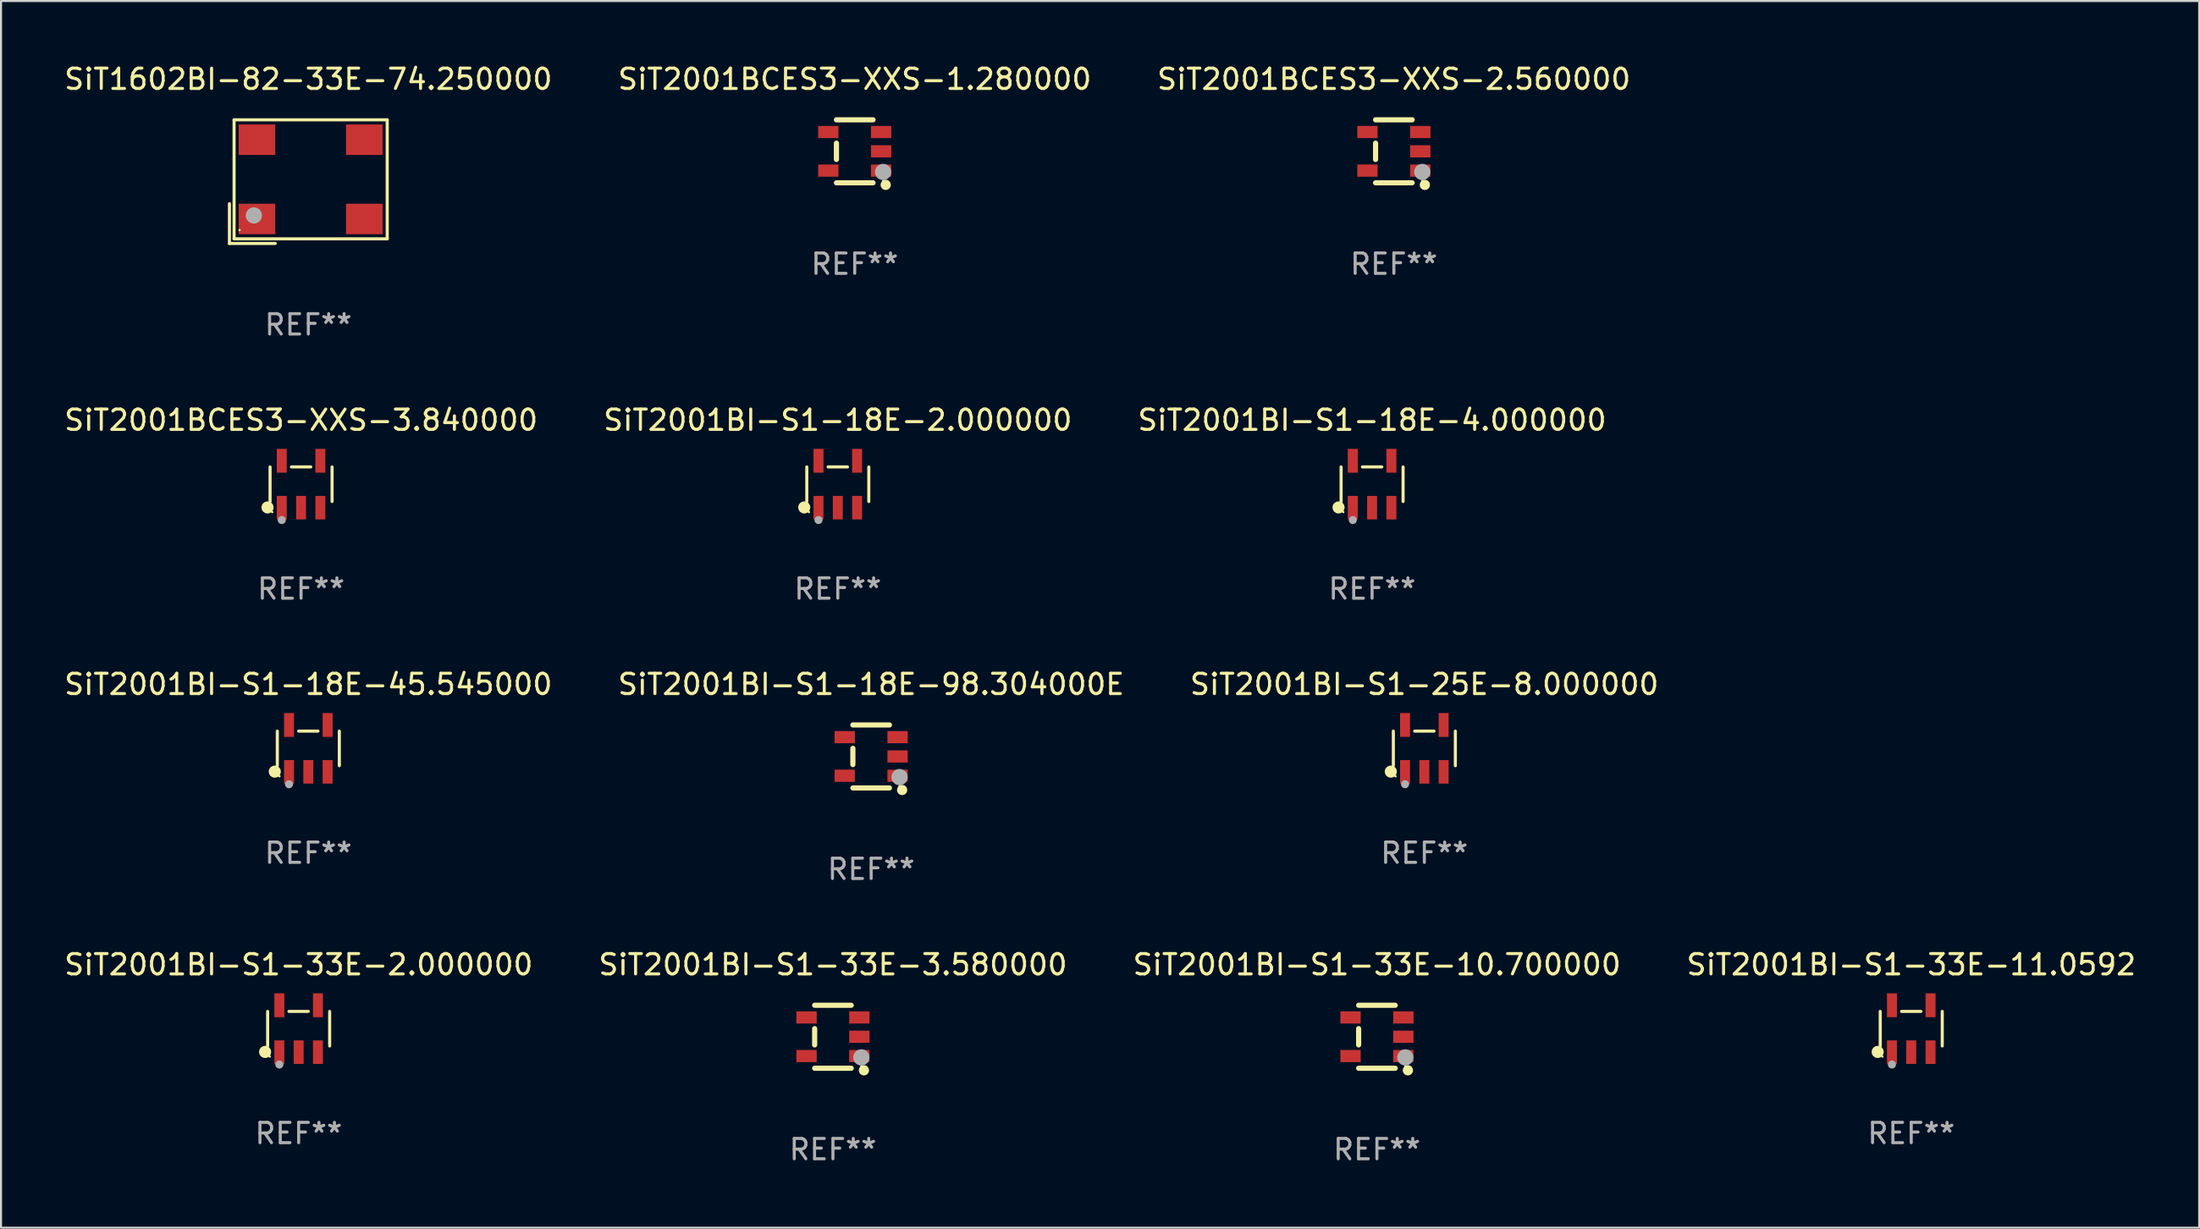
<source format=kicad_pcb>
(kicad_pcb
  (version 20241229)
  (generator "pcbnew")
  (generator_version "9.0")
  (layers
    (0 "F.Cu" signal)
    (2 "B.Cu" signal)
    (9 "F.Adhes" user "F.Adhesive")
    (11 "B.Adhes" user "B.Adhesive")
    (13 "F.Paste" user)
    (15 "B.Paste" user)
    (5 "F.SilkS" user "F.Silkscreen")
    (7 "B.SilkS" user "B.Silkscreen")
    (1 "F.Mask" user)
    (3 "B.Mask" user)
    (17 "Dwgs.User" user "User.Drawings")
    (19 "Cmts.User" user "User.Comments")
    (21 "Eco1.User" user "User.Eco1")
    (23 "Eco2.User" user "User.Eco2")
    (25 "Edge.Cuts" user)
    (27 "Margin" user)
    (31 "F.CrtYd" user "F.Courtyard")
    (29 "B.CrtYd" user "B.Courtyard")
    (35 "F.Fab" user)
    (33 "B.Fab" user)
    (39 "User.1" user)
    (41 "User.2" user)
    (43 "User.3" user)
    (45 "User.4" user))
  (footprint "SiT2001BI-S1-18E-4.000000"
    (layer "F.Cu")
    (at 64.482 20.784)
    (property "Reference" "SiT2001BI-S1-18E-4.000000" (at 0 -3.154 0) (layer "F.SilkS") (effects (font (size 1 1) (thickness 0.15))))
    (attr through_hole)
    (fp_line (start -1.526 0.851) (end -1.526 -0.851) (stroke (width 0.152) (type solid)) (layer "F.SilkS"))
    (fp_line (start 0.476 -0.851) (end -0.476 -0.851) (stroke (width 0.152) (type solid)) (layer "F.SilkS"))
    (fp_line (start 1.526 0.851) (end 1.526 -0.851) (stroke (width 0.152) (type solid)) (layer "F.SilkS"))
    (fp_circle (center -1.651 1.143) (end -1.501 1.143) (stroke (width 0.3) (type solid)) (fill no) (layer "F.SilkS"))
    (fp_circle (center -1.42 1.37) (end -1.39 1.37) (stroke (width 0.06) (type solid)) (fill no) (layer "F.SilkS"))
    (fp_circle (center -0.95 1.763) (end -0.85 1.763) (stroke (width 0.2) (type solid)) (fill no) (layer "F.Fab"))
    (fp_text user "REF**" (at 0 5.154 0) (layer "F.Fab") (effects (font (size 1 1) (thickness 0.15))))
    (pad "1" smd rect (at -0.95 1.154) (size 0.49 1.157) (layers "F.Cu" "F.Mask" "F.Paste"))
    (pad "2" smd rect (at 0 1.154) (size 0.49 1.157) (layers "F.Cu" "F.Mask" "F.Paste"))
    (pad "3" smd rect (at 0.95 1.154) (size 0.49 1.157) (layers "F.Cu" "F.Mask" "F.Paste"))
    (pad "4" smd rect (at 0.95 -1.154) (size 0.49 1.175) (layers "F.Cu" "F.Mask" "F.Paste"))
    (pad "5" smd rect (at -0.95 -1.154) (size 0.49 1.175) (layers "F.Cu" "F.Mask" "F.Paste")))
  (footprint "SiT2001BI-S1-33E-11.0592"
    (layer "F.Cu")
    (at 91.018 47.585)
    (property "Reference" "SiT2001BI-S1-33E-11.0592" (at 0 -3.154 0) (layer "F.SilkS") (effects (font (size 1 1) (thickness 0.15))))
    (attr through_hole)
    (fp_line (start -1.526 0.851) (end -1.526 -0.851) (stroke (width 0.152) (type solid)) (layer "F.SilkS"))
    (fp_line (start 0.476 -0.851) (end -0.476 -0.851) (stroke (width 0.152) (type solid)) (layer "F.SilkS"))
    (fp_line (start 1.526 0.851) (end 1.526 -0.851) (stroke (width 0.152) (type solid)) (layer "F.SilkS"))
    (fp_circle (center -1.651 1.143) (end -1.501 1.143) (stroke (width 0.3) (type solid)) (fill no) (layer "F.SilkS"))
    (fp_circle (center -1.42 1.37) (end -1.39 1.37) (stroke (width 0.06) (type solid)) (fill no) (layer "F.SilkS"))
    (fp_circle (center -0.95 1.763) (end -0.85 1.763) (stroke (width 0.2) (type solid)) (fill no) (layer "F.Fab"))
    (fp_text user "REF**" (at 0 5.154 0) (layer "F.Fab") (effects (font (size 1 1) (thickness 0.15))))
    (pad "1" smd rect (at -0.95 1.154) (size 0.49 1.157) (layers "F.Cu" "F.Mask" "F.Paste"))
    (pad "2" smd rect (at 0 1.154) (size 0.49 1.157) (layers "F.Cu" "F.Mask" "F.Paste"))
    (pad "3" smd rect (at 0.95 1.154) (size 0.49 1.157) (layers "F.Cu" "F.Mask" "F.Paste"))
    (pad "4" smd rect (at 0.95 -1.154) (size 0.49 1.175) (layers "F.Cu" "F.Mask" "F.Paste"))
    (pad "5" smd rect (at -0.95 -1.154) (size 0.49 1.175) (layers "F.Cu" "F.Mask" "F.Paste")))
  (footprint "SiT2001BI-S1-33E-10.700000"
    (layer "F.Cu")
    (at 64.72 47.981)
    (property "Reference" "SiT2001BI-S1-33E-10.700000" (at 0 -3.55 0) (layer "F.SilkS") (effects (font (size 1 1) (thickness 0.15))))
    (attr through_hole)
    (fp_line (start -0.9 -1.55) (end 0.9 -1.55) (stroke (width 0.254) (type solid)) (layer "F.SilkS"))
    (fp_line (start -0.9 0.4) (end -0.9 -0.4) (stroke (width 0.254) (type solid)) (layer "F.SilkS"))
    (fp_line (start -0.9 1.55) (end 0.9 1.55) (stroke (width 0.254) (type solid)) (layer "F.SilkS"))
    (fp_circle (center 1.4 1.45) (end 1.43 1.45) (stroke (width 0.06) (type solid)) (fill no) (layer "F.SilkS"))
    (fp_circle (center 1.524 1.651) (end 1.651 1.651) (stroke (width 0.254) (type solid)) (fill no) (layer "F.SilkS"))
    (fp_circle (center 1.397 1.016) (end 1.597 1.016) (stroke (width 0.4) (type solid)) (fill no) (layer "F.Fab"))
    (fp_text user "REF**" (at 0 5.55 0) (layer "F.Fab") (effects (font (size 1 1) (thickness 0.15))))
    (pad "1" smd rect (at 1.3 0.95) (size 1 0.6) (layers "F.Cu" "F.Mask" "F.Paste"))
    (pad "2" smd rect (at 1.3 -0.000051) (size 1 0.6) (layers "F.Cu" "F.Mask" "F.Paste"))
    (pad "3" smd rect (at 1.3 -0.95) (size 1 0.6) (layers "F.Cu" "F.Mask" "F.Paste"))
    (pad "4" smd rect (at -1.3 -0.95) (size 1 0.6) (layers "F.Cu" "F.Mask" "F.Paste"))
    (pad "5" smd rect (at -1.3 0.95) (size 1 0.6) (layers "F.Cu" "F.Mask" "F.Paste")))
  (footprint "SiT2001BI-S1-33E-3.580000"
    (layer "F.Cu")
    (at 37.946 47.981)
    (property "Reference" "SiT2001BI-S1-33E-3.580000" (at 0 -3.55 0) (layer "F.SilkS") (effects (font (size 1 1) (thickness 0.15))))
    (attr through_hole)
    (fp_line (start -0.9 -1.55) (end 0.9 -1.55) (stroke (width 0.254) (type solid)) (layer "F.SilkS"))
    (fp_line (start -0.9 0.4) (end -0.9 -0.4) (stroke (width 0.254) (type solid)) (layer "F.SilkS"))
    (fp_line (start -0.9 1.55) (end 0.9 1.55) (stroke (width 0.254) (type solid)) (layer "F.SilkS"))
    (fp_circle (center 1.4 1.45) (end 1.43 1.45) (stroke (width 0.06) (type solid)) (fill no) (layer "F.SilkS"))
    (fp_circle (center 1.524 1.651) (end 1.651 1.651) (stroke (width 0.254) (type solid)) (fill no) (layer "F.SilkS"))
    (fp_circle (center 1.397 1.016) (end 1.597 1.016) (stroke (width 0.4) (type solid)) (fill no) (layer "F.Fab"))
    (fp_text user "REF**" (at 0 5.55 0) (layer "F.Fab") (effects (font (size 1 1) (thickness 0.15))))
    (pad "1" smd rect (at 1.3 0.95) (size 1 0.6) (layers "F.Cu" "F.Mask" "F.Paste"))
    (pad "2" smd rect (at 1.3 -0.000051) (size 1 0.6) (layers "F.Cu" "F.Mask" "F.Paste"))
    (pad "3" smd rect (at 1.3 -0.95) (size 1 0.6) (layers "F.Cu" "F.Mask" "F.Paste"))
    (pad "4" smd rect (at -1.3 -0.95) (size 1 0.6) (layers "F.Cu" "F.Mask" "F.Paste"))
    (pad "5" smd rect (at -1.3 0.95) (size 1 0.6) (layers "F.Cu" "F.Mask" "F.Paste")))
  (footprint "SiT2001BI-S1-18E-2.000000"
    (layer "F.Cu")
    (at 38.185 20.784)
    (property "Reference" "SiT2001BI-S1-18E-2.000000" (at 0 -3.154 0) (layer "F.SilkS") (effects (font (size 1 1) (thickness 0.15))))
    (attr through_hole)
    (fp_line (start -1.526 0.851) (end -1.526 -0.851) (stroke (width 0.152) (type solid)) (layer "F.SilkS"))
    (fp_line (start 0.476 -0.851) (end -0.476 -0.851) (stroke (width 0.152) (type solid)) (layer "F.SilkS"))
    (fp_line (start 1.526 0.851) (end 1.526 -0.851) (stroke (width 0.152) (type solid)) (layer "F.SilkS"))
    (fp_circle (center -1.651 1.143) (end -1.501 1.143) (stroke (width 0.3) (type solid)) (fill no) (layer "F.SilkS"))
    (fp_circle (center -1.42 1.37) (end -1.39 1.37) (stroke (width 0.06) (type solid)) (fill no) (layer "F.SilkS"))
    (fp_circle (center -0.95 1.763) (end -0.85 1.763) (stroke (width 0.2) (type solid)) (fill no) (layer "F.Fab"))
    (fp_text user "REF**" (at 0 5.154 0) (layer "F.Fab") (effects (font (size 1 1) (thickness 0.15))))
    (pad "1" smd rect (at -0.95 1.154) (size 0.49 1.157) (layers "F.Cu" "F.Mask" "F.Paste"))
    (pad "2" smd rect (at 0 1.154) (size 0.49 1.157) (layers "F.Cu" "F.Mask" "F.Paste"))
    (pad "3" smd rect (at 0.95 1.154) (size 0.49 1.157) (layers "F.Cu" "F.Mask" "F.Paste"))
    (pad "4" smd rect (at 0.95 -1.154) (size 0.49 1.175) (layers "F.Cu" "F.Mask" "F.Paste"))
    (pad "5" smd rect (at -0.95 -1.154) (size 0.49 1.175) (layers "F.Cu" "F.Mask" "F.Paste")))
  (footprint "SiT1602BI-82-33E-74.250000"
    (layer "F.Cu")
    (at 12.125 5.891)
    (property "Reference" "SiT1602BI-82-33E-74.250000" (at 0 -5.043 0) (layer "F.SilkS") (effects (font (size 1 1) (thickness 0.15))))
    (attr through_hole)
    (fp_line (start -3.883 1.086) (end -3.883 3.043) (stroke (width 0.152) (type solid)) (layer "F.SilkS"))
    (fp_line (start -3.883 3.043) (end -1.626 3.043) (stroke (width 0.152) (type solid)) (layer "F.SilkS"))
    (fp_line (start -3.654 -3.043) (end 3.883 -3.043) (stroke (width 0.152) (type solid)) (layer "F.SilkS"))
    (fp_line (start -3.654 2.814) (end -3.654 -3.043) (stroke (width 0.152) (type solid)) (layer "F.SilkS"))
    (fp_line (start 3.883 -3.043) (end 3.883 2.814) (stroke (width 0.152) (type solid)) (layer "F.SilkS"))
    (fp_line (start 3.883 2.814) (end -3.654 2.814) (stroke (width 0.152) (type solid)) (layer "F.SilkS"))
    (fp_circle (center -3.386 2.386) (end -3.356 2.386) (stroke (width 0.06) (type solid)) (fill no) (layer "F.SilkS"))
    (fp_circle (center -2.68 1.664) (end -2.48 1.664) (stroke (width 0.4) (type solid)) (fill no) (layer "F.Fab"))
    (fp_text user "REF**" (at 0 7.043 0) (layer "F.Fab") (effects (font (size 1 1) (thickness 0.15))))
    (pad "1" smd rect (at -2.526 1.836) (size 1.8 1.5) (layers "F.Cu" "F.Mask" "F.Paste"))
    (pad "2" smd rect (at 2.754 1.836) (size 1.8 1.5) (layers "F.Cu" "F.Mask" "F.Paste"))
    (pad "3" smd rect (at 2.754 -2.064) (size 1.8 1.5) (layers "F.Cu" "F.Mask" "F.Paste"))
    (pad "4" smd rect (at -2.526 -2.064) (size 1.8 1.5) (layers "F.Cu" "F.Mask" "F.Paste")))
  (footprint "SiT2001BCES3-XXS-2.560000"
    (layer "F.Cu")
    (at 65.554 4.398)
    (property "Reference" "SiT2001BCES3-XXS-2.560000" (at 0 -3.55 0) (layer "F.SilkS") (effects (font (size 1 1) (thickness 0.15))))
    (attr through_hole)
    (fp_line (start -0.9 -1.55) (end 0.9 -1.55) (stroke (width 0.254) (type solid)) (layer "F.SilkS"))
    (fp_line (start -0.9 0.4) (end -0.9 -0.4) (stroke (width 0.254) (type solid)) (layer "F.SilkS"))
    (fp_line (start -0.9 1.55) (end 0.9 1.55) (stroke (width 0.254) (type solid)) (layer "F.SilkS"))
    (fp_circle (center 1.4 1.45) (end 1.43 1.45) (stroke (width 0.06) (type solid)) (fill no) (layer "F.SilkS"))
    (fp_circle (center 1.524 1.651) (end 1.651 1.651) (stroke (width 0.254) (type solid)) (fill no) (layer "F.SilkS"))
    (fp_circle (center 1.397 1.016) (end 1.597 1.016) (stroke (width 0.4) (type solid)) (fill no) (layer "F.Fab"))
    (fp_text user "REF**" (at 0 5.55 0) (layer "F.Fab") (effects (font (size 1 1) (thickness 0.15))))
    (pad "1" smd rect (at 1.3 0.95) (size 1 0.6) (layers "F.Cu" "F.Mask" "F.Paste"))
    (pad "2" smd rect (at 1.3 -0.000051) (size 1 0.6) (layers "F.Cu" "F.Mask" "F.Paste"))
    (pad "3" smd rect (at 1.3 -0.95) (size 1 0.6) (layers "F.Cu" "F.Mask" "F.Paste"))
    (pad "4" smd rect (at -1.3 -0.95) (size 1 0.6) (layers "F.Cu" "F.Mask" "F.Paste"))
    (pad "5" smd rect (at -1.3 0.95) (size 1 0.6) (layers "F.Cu" "F.Mask" "F.Paste")))
  (footprint "SiT2001BI-S1-33E-2.000000"
    (layer "F.Cu")
    (at 11.649 47.585)
    (property "Reference" "SiT2001BI-S1-33E-2.000000" (at 0 -3.154 0) (layer "F.SilkS") (effects (font (size 1 1) (thickness 0.15))))
    (attr through_hole)
    (fp_line (start -1.526 0.851) (end -1.526 -0.851) (stroke (width 0.152) (type solid)) (layer "F.SilkS"))
    (fp_line (start 0.476 -0.851) (end -0.476 -0.851) (stroke (width 0.152) (type solid)) (layer "F.SilkS"))
    (fp_line (start 1.526 0.851) (end 1.526 -0.851) (stroke (width 0.152) (type solid)) (layer "F.SilkS"))
    (fp_circle (center -1.651 1.143) (end -1.501 1.143) (stroke (width 0.3) (type solid)) (fill no) (layer "F.SilkS"))
    (fp_circle (center -1.42 1.37) (end -1.39 1.37) (stroke (width 0.06) (type solid)) (fill no) (layer "F.SilkS"))
    (fp_circle (center -0.95 1.763) (end -0.85 1.763) (stroke (width 0.2) (type solid)) (fill no) (layer "F.Fab"))
    (fp_text user "REF**" (at 0 5.154 0) (layer "F.Fab") (effects (font (size 1 1) (thickness 0.15))))
    (pad "1" smd rect (at -0.95 1.154) (size 0.49 1.157) (layers "F.Cu" "F.Mask" "F.Paste"))
    (pad "2" smd rect (at 0 1.154) (size 0.49 1.157) (layers "F.Cu" "F.Mask" "F.Paste"))
    (pad "3" smd rect (at 0.95 1.154) (size 0.49 1.157) (layers "F.Cu" "F.Mask" "F.Paste"))
    (pad "4" smd rect (at 0.95 -1.154) (size 0.49 1.175) (layers "F.Cu" "F.Mask" "F.Paste"))
    (pad "5" smd rect (at -0.95 -1.154) (size 0.49 1.175) (layers "F.Cu" "F.Mask" "F.Paste")))
  (footprint "SiT2001BI-S1-25E-8.000000"
    (layer "F.Cu")
    (at 67.054 33.788)
    (property "Reference" "SiT2001BI-S1-25E-8.000000" (at 0 -3.154 0) (layer "F.SilkS") (effects (font (size 1 1) (thickness 0.15))))
    (attr through_hole)
    (fp_line (start -1.526 0.851) (end -1.526 -0.851) (stroke (width 0.152) (type solid)) (layer "F.SilkS"))
    (fp_line (start 0.476 -0.851) (end -0.476 -0.851) (stroke (width 0.152) (type solid)) (layer "F.SilkS"))
    (fp_line (start 1.526 0.851) (end 1.526 -0.851) (stroke (width 0.152) (type solid)) (layer "F.SilkS"))
    (fp_circle (center -1.651 1.143) (end -1.501 1.143) (stroke (width 0.3) (type solid)) (fill no) (layer "F.SilkS"))
    (fp_circle (center -1.42 1.37) (end -1.39 1.37) (stroke (width 0.06) (type solid)) (fill no) (layer "F.SilkS"))
    (fp_circle (center -0.95 1.763) (end -0.85 1.763) (stroke (width 0.2) (type solid)) (fill no) (layer "F.Fab"))
    (fp_text user "REF**" (at 0 5.154 0) (layer "F.Fab") (effects (font (size 1 1) (thickness 0.15))))
    (pad "1" smd rect (at -0.95 1.154) (size 0.49 1.157) (layers "F.Cu" "F.Mask" "F.Paste"))
    (pad "2" smd rect (at 0 1.154) (size 0.49 1.157) (layers "F.Cu" "F.Mask" "F.Paste"))
    (pad "3" smd rect (at 0.95 1.154) (size 0.49 1.157) (layers "F.Cu" "F.Mask" "F.Paste"))
    (pad "4" smd rect (at 0.95 -1.154) (size 0.49 1.175) (layers "F.Cu" "F.Mask" "F.Paste"))
    (pad "5" smd rect (at -0.95 -1.154) (size 0.49 1.175) (layers "F.Cu" "F.Mask" "F.Paste")))
  (footprint "SiT2001BCES3-XXS-3.840000"
    (layer "F.Cu")
    (at 11.768 20.784)
    (property "Reference" "SiT2001BCES3-XXS-3.840000" (at 0 -3.154 0) (layer "F.SilkS") (effects (font (size 1 1) (thickness 0.15))))
    (attr through_hole)
    (fp_line (start -1.526 0.851) (end -1.526 -0.851) (stroke (width 0.152) (type solid)) (layer "F.SilkS"))
    (fp_line (start 0.476 -0.851) (end -0.476 -0.851) (stroke (width 0.152) (type solid)) (layer "F.SilkS"))
    (fp_line (start 1.526 0.851) (end 1.526 -0.851) (stroke (width 0.152) (type solid)) (layer "F.SilkS"))
    (fp_circle (center -1.651 1.143) (end -1.501 1.143) (stroke (width 0.3) (type solid)) (fill no) (layer "F.SilkS"))
    (fp_circle (center -1.42 1.37) (end -1.39 1.37) (stroke (width 0.06) (type solid)) (fill no) (layer "F.SilkS"))
    (fp_circle (center -0.95 1.763) (end -0.85 1.763) (stroke (width 0.2) (type solid)) (fill no) (layer "F.Fab"))
    (fp_text user "REF**" (at 0 5.154 0) (layer "F.Fab") (effects (font (size 1 1) (thickness 0.15))))
    (pad "1" smd rect (at -0.95 1.154) (size 0.49 1.157) (layers "F.Cu" "F.Mask" "F.Paste"))
    (pad "2" smd rect (at 0 1.154) (size 0.49 1.157) (layers "F.Cu" "F.Mask" "F.Paste"))
    (pad "3" smd rect (at 0.95 1.154) (size 0.49 1.157) (layers "F.Cu" "F.Mask" "F.Paste"))
    (pad "4" smd rect (at 0.95 -1.154) (size 0.49 1.175) (layers "F.Cu" "F.Mask" "F.Paste"))
    (pad "5" smd rect (at -0.95 -1.154) (size 0.49 1.175) (layers "F.Cu" "F.Mask" "F.Paste")))
  (footprint "SiT2001BCES3-XXS-1.280000"
    (layer "F.Cu")
    (at 39.018 4.398)
    (property "Reference" "SiT2001BCES3-XXS-1.280000" (at 0 -3.55 0) (layer "F.SilkS") (effects (font (size 1 1) (thickness 0.15))))
    (attr through_hole)
    (fp_line (start -0.9 -1.55) (end 0.9 -1.55) (stroke (width 0.254) (type solid)) (layer "F.SilkS"))
    (fp_line (start -0.9 0.4) (end -0.9 -0.4) (stroke (width 0.254) (type solid)) (layer "F.SilkS"))
    (fp_line (start -0.9 1.55) (end 0.9 1.55) (stroke (width 0.254) (type solid)) (layer "F.SilkS"))
    (fp_circle (center 1.4 1.45) (end 1.43 1.45) (stroke (width 0.06) (type solid)) (fill no) (layer "F.SilkS"))
    (fp_circle (center 1.524 1.651) (end 1.651 1.651) (stroke (width 0.254) (type solid)) (fill no) (layer "F.SilkS"))
    (fp_circle (center 1.397 1.016) (end 1.597 1.016) (stroke (width 0.4) (type solid)) (fill no) (layer "F.Fab"))
    (fp_text user "REF**" (at 0 5.55 0) (layer "F.Fab") (effects (font (size 1 1) (thickness 0.15))))
    (pad "1" smd rect (at 1.3 0.95) (size 1 0.6) (layers "F.Cu" "F.Mask" "F.Paste"))
    (pad "2" smd rect (at 1.3 -0.000051) (size 1 0.6) (layers "F.Cu" "F.Mask" "F.Paste"))
    (pad "3" smd rect (at 1.3 -0.95) (size 1 0.6) (layers "F.Cu" "F.Mask" "F.Paste"))
    (pad "4" smd rect (at -1.3 -0.95) (size 1 0.6) (layers "F.Cu" "F.Mask" "F.Paste"))
    (pad "5" smd rect (at -1.3 0.95) (size 1 0.6) (layers "F.Cu" "F.Mask" "F.Paste")))
  (footprint "SiT2001BI-S1-18E-98.304000E"
    (layer "F.Cu")
    (at 39.827 34.184)
    (property "Reference" "SiT2001BI-S1-18E-98.304000E" (at 0 -3.55 0) (layer "F.SilkS") (effects (font (size 1 1) (thickness 0.15))))
    (attr through_hole)
    (fp_line (start -0.9 -1.55) (end 0.9 -1.55) (stroke (width 0.254) (type solid)) (layer "F.SilkS"))
    (fp_line (start -0.9 0.4) (end -0.9 -0.4) (stroke (width 0.254) (type solid)) (layer "F.SilkS"))
    (fp_line (start -0.9 1.55) (end 0.9 1.55) (stroke (width 0.254) (type solid)) (layer "F.SilkS"))
    (fp_circle (center 1.4 1.45) (end 1.43 1.45) (stroke (width 0.06) (type solid)) (fill no) (layer "F.SilkS"))
    (fp_circle (center 1.524 1.651) (end 1.651 1.651) (stroke (width 0.254) (type solid)) (fill no) (layer "F.SilkS"))
    (fp_circle (center 1.397 1.016) (end 1.597 1.016) (stroke (width 0.4) (type solid)) (fill no) (layer "F.Fab"))
    (fp_text user "REF**" (at 0 5.55 0) (layer "F.Fab") (effects (font (size 1 1) (thickness 0.15))))
    (pad "1" smd rect (at 1.3 0.95) (size 1 0.6) (layers "F.Cu" "F.Mask" "F.Paste"))
    (pad "2" smd rect (at 1.3 -0.000051) (size 1 0.6) (layers "F.Cu" "F.Mask" "F.Paste"))
    (pad "3" smd rect (at 1.3 -0.95) (size 1 0.6) (layers "F.Cu" "F.Mask" "F.Paste"))
    (pad "4" smd rect (at -1.3 -0.95) (size 1 0.6) (layers "F.Cu" "F.Mask" "F.Paste"))
    (pad "5" smd rect (at -1.3 0.95) (size 1 0.6) (layers "F.Cu" "F.Mask" "F.Paste")))
  (footprint "SiT2001BI-S1-18E-45.545000"
    (layer "F.Cu")
    (at 12.125 33.788)
    (property "Reference" "SiT2001BI-S1-18E-45.545000" (at 0 -3.154 0) (layer "F.SilkS") (effects (font (size 1 1) (thickness 0.15))))
    (attr through_hole)
    (fp_line (start -1.526 0.851) (end -1.526 -0.851) (stroke (width 0.152) (type solid)) (layer "F.SilkS"))
    (fp_line (start 0.476 -0.851) (end -0.476 -0.851) (stroke (width 0.152) (type solid)) (layer "F.SilkS"))
    (fp_line (start 1.526 0.851) (end 1.526 -0.851) (stroke (width 0.152) (type solid)) (layer "F.SilkS"))
    (fp_circle (center -1.651 1.143) (end -1.501 1.143) (stroke (width 0.3) (type solid)) (fill no) (layer "F.SilkS"))
    (fp_circle (center -1.42 1.37) (end -1.39 1.37) (stroke (width 0.06) (type solid)) (fill no) (layer "F.SilkS"))
    (fp_circle (center -0.95 1.763) (end -0.85 1.763) (stroke (width 0.2) (type solid)) (fill no) (layer "F.Fab"))
    (fp_text user "REF**" (at 0 5.154 0) (layer "F.Fab") (effects (font (size 1 1) (thickness 0.15))))
    (pad "1" smd rect (at -0.95 1.154) (size 0.49 1.157) (layers "F.Cu" "F.Mask" "F.Paste"))
    (pad "2" smd rect (at 0 1.154) (size 0.49 1.157) (layers "F.Cu" "F.Mask" "F.Paste"))
    (pad "3" smd rect (at 0.95 1.154) (size 0.49 1.157) (layers "F.Cu" "F.Mask" "F.Paste"))
    (pad "4" smd rect (at 0.95 -1.154) (size 0.49 1.175) (layers "F.Cu" "F.Mask" "F.Paste"))
    (pad "5" smd rect (at -0.95 -1.154) (size 0.49 1.175) (layers "F.Cu" "F.Mask" "F.Paste")))
  (gr_rect
    (start -3 -3)
    (end 105.19 57.379)
    (stroke (width 0.1) (type default))
    (fill no)
    (layer "Edge.Cuts")))
</source>
